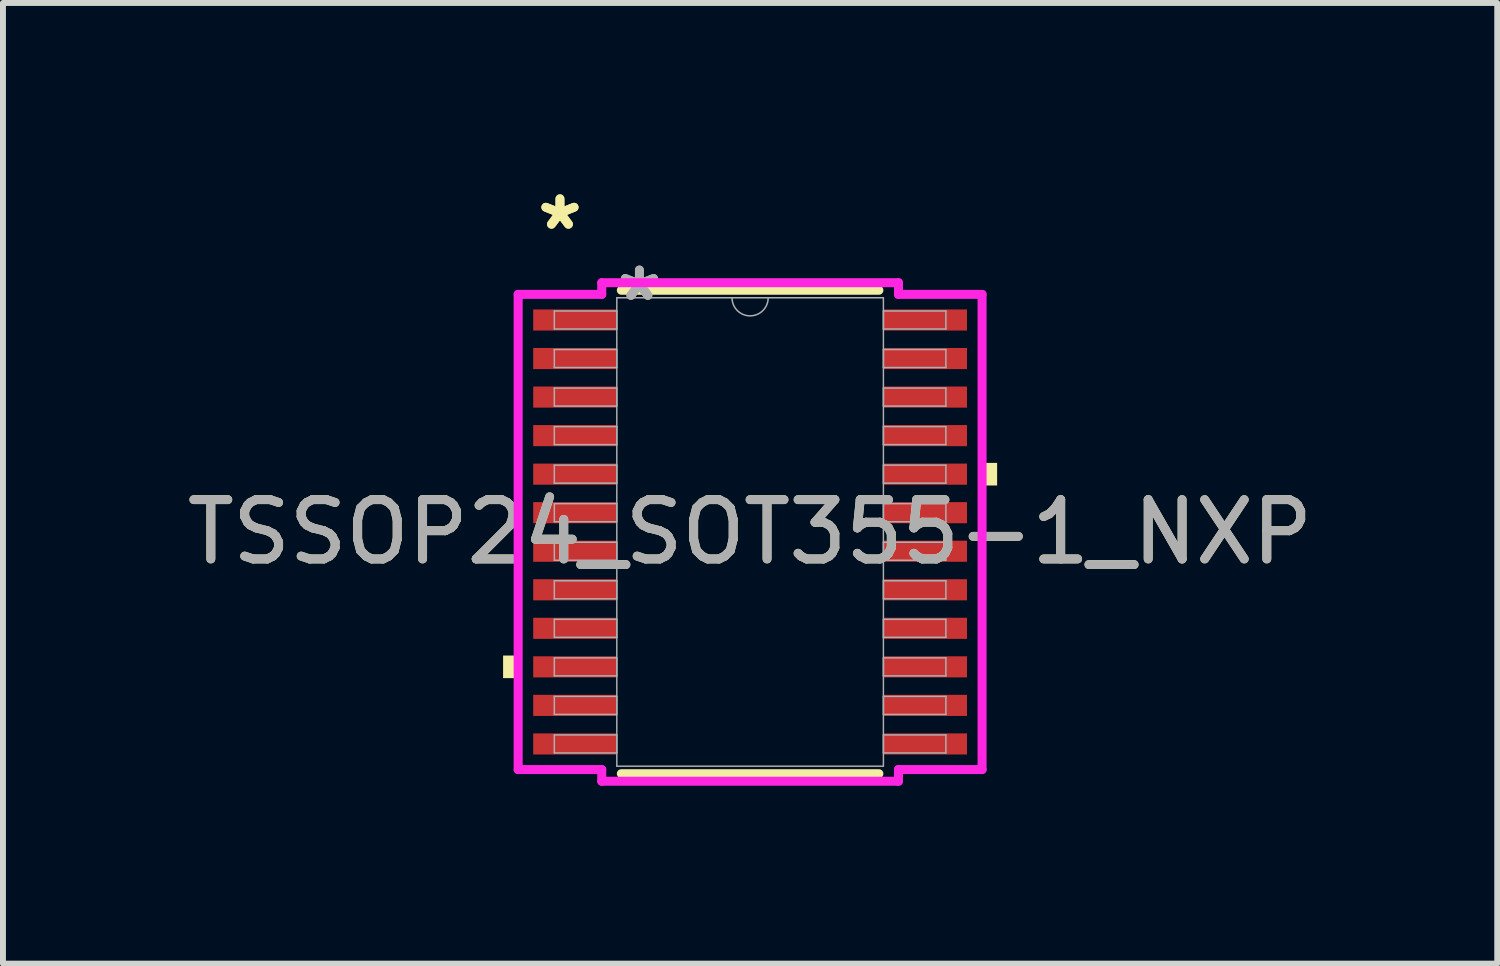
<source format=kicad_pcb>
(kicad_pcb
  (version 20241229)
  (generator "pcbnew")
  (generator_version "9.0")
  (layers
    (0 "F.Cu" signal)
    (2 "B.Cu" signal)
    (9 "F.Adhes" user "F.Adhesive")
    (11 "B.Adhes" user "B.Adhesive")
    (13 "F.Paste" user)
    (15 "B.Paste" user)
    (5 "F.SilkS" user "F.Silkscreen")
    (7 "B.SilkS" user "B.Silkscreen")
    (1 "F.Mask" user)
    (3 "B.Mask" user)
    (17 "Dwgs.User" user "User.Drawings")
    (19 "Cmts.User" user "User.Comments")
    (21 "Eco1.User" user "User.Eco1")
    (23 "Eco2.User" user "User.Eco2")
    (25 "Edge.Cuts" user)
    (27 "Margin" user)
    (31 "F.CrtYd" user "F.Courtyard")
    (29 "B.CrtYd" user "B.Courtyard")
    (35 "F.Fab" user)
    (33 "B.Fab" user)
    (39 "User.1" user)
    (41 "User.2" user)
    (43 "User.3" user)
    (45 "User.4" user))
  (footprint "TSSOP24_SOT355-1_NXP"
    (layer "F.Cu")
    (at 9.601 5.922)
    (property "Reference" "TSSOP24_SOT355-1_NXP" (at 0 0 0) (unlocked yes) (layer "F.SilkS") (effects (font (size 1 1) (thickness 0.15))))
    (attr smd)
    (fp_line (start -2.172 4.077) (end 2.172 4.077) (stroke (width 0.152) (type solid)) (layer "F.SilkS"))
    (fp_line (start 2.172 -4.077) (end -2.172 -4.077) (stroke (width 0.152) (type solid)) (layer "F.SilkS"))
    (fp_poly (pts (xy -4.166 2.084) (xy -4.166 2.465) (xy -3.912 2.465) (xy -3.912 2.084)) (stroke (width 0) (type solid)) (fill yes) (layer "F.SilkS"))
    (fp_poly (pts (xy 4.166 -1.165) (xy 4.166 -0.784) (xy 3.912 -0.784) (xy 3.912 -1.165)) (stroke (width 0) (type solid)) (fill yes) (layer "F.SilkS"))
    (fp_line (start -3.912 -4.007) (end -2.502 -4.007) (stroke (width 0.152) (type solid)) (layer "F.CrtYd"))
    (fp_line (start -3.912 4.007) (end -3.912 -4.007) (stroke (width 0.152) (type solid)) (layer "F.CrtYd"))
    (fp_line (start -3.912 4.007) (end -2.502 4.007) (stroke (width 0.152) (type solid)) (layer "F.CrtYd"))
    (fp_line (start -2.502 -4.204) (end 2.502 -4.204) (stroke (width 0.152) (type solid)) (layer "F.CrtYd"))
    (fp_line (start -2.502 -4.007) (end -2.502 -4.204) (stroke (width 0.152) (type solid)) (layer "F.CrtYd"))
    (fp_line (start -2.502 4.204) (end -2.502 4.007) (stroke (width 0.152) (type solid)) (layer "F.CrtYd"))
    (fp_line (start 2.502 -4.204) (end 2.502 -4.007) (stroke (width 0.152) (type solid)) (layer "F.CrtYd"))
    (fp_line (start 2.502 4.007) (end 2.502 4.204) (stroke (width 0.152) (type solid)) (layer "F.CrtYd"))
    (fp_line (start 2.502 4.204) (end -2.502 4.204) (stroke (width 0.152) (type solid)) (layer "F.CrtYd"))
    (fp_line (start 3.912 -4.007) (end 2.502 -4.007) (stroke (width 0.152) (type solid)) (layer "F.CrtYd"))
    (fp_line (start 3.912 -4.007) (end 3.912 4.007) (stroke (width 0.152) (type solid)) (layer "F.CrtYd"))
    (fp_line (start 3.912 4.007) (end 2.502 4.007) (stroke (width 0.152) (type solid)) (layer "F.CrtYd"))
    (fp_line (start -3.302 -3.727) (end -3.302 -3.423) (stroke (width 0.025) (type solid)) (layer "F.Fab"))
    (fp_line (start -3.302 -3.423) (end -2.248 -3.423) (stroke (width 0.025) (type solid)) (layer "F.Fab"))
    (fp_line (start -3.302 -3.077) (end -3.302 -2.773) (stroke (width 0.025) (type solid)) (layer "F.Fab"))
    (fp_line (start -3.302 -2.773) (end -2.248 -2.773) (stroke (width 0.025) (type solid)) (layer "F.Fab"))
    (fp_line (start -3.302 -2.427) (end -3.302 -2.123) (stroke (width 0.025) (type solid)) (layer "F.Fab"))
    (fp_line (start -3.302 -2.123) (end -2.248 -2.123) (stroke (width 0.025) (type solid)) (layer "F.Fab"))
    (fp_line (start -3.302 -1.777) (end -3.302 -1.473) (stroke (width 0.025) (type solid)) (layer "F.Fab"))
    (fp_line (start -3.302 -1.473) (end -2.248 -1.473) (stroke (width 0.025) (type solid)) (layer "F.Fab"))
    (fp_line (start -3.302 -1.127) (end -3.302 -0.823) (stroke (width 0.025) (type solid)) (layer "F.Fab"))
    (fp_line (start -3.302 -0.823) (end -2.248 -0.823) (stroke (width 0.025) (type solid)) (layer "F.Fab"))
    (fp_line (start -3.302 -0.477) (end -3.302 -0.173) (stroke (width 0.025) (type solid)) (layer "F.Fab"))
    (fp_line (start -3.302 -0.173) (end -2.248 -0.173) (stroke (width 0.025) (type solid)) (layer "F.Fab"))
    (fp_line (start -3.302 0.173) (end -3.302 0.477) (stroke (width 0.025) (type solid)) (layer "F.Fab"))
    (fp_line (start -3.302 0.477) (end -2.248 0.477) (stroke (width 0.025) (type solid)) (layer "F.Fab"))
    (fp_line (start -3.302 0.823) (end -3.302 1.127) (stroke (width 0.025) (type solid)) (layer "F.Fab"))
    (fp_line (start -3.302 1.127) (end -2.248 1.127) (stroke (width 0.025) (type solid)) (layer "F.Fab"))
    (fp_line (start -3.302 1.473) (end -3.302 1.777) (stroke (width 0.025) (type solid)) (layer "F.Fab"))
    (fp_line (start -3.302 1.777) (end -2.248 1.777) (stroke (width 0.025) (type solid)) (layer "F.Fab"))
    (fp_line (start -3.302 2.123) (end -3.302 2.427) (stroke (width 0.025) (type solid)) (layer "F.Fab"))
    (fp_line (start -3.302 2.427) (end -2.248 2.427) (stroke (width 0.025) (type solid)) (layer "F.Fab"))
    (fp_line (start -3.302 2.773) (end -3.302 3.077) (stroke (width 0.025) (type solid)) (layer "F.Fab"))
    (fp_line (start -3.302 3.077) (end -2.248 3.077) (stroke (width 0.025) (type solid)) (layer "F.Fab"))
    (fp_line (start -3.302 3.423) (end -3.302 3.727) (stroke (width 0.025) (type solid)) (layer "F.Fab"))
    (fp_line (start -3.302 3.727) (end -2.248 3.727) (stroke (width 0.025) (type solid)) (layer "F.Fab"))
    (fp_line (start -2.248 -3.95) (end -2.248 3.95) (stroke (width 0.025) (type solid)) (layer "F.Fab"))
    (fp_line (start -2.248 -3.727) (end -3.302 -3.727) (stroke (width 0.025) (type solid)) (layer "F.Fab"))
    (fp_line (start -2.248 -3.423) (end -2.248 -3.727) (stroke (width 0.025) (type solid)) (layer "F.Fab"))
    (fp_line (start -2.248 -3.077) (end -3.302 -3.077) (stroke (width 0.025) (type solid)) (layer "F.Fab"))
    (fp_line (start -2.248 -2.773) (end -2.248 -3.077) (stroke (width 0.025) (type solid)) (layer "F.Fab"))
    (fp_line (start -2.248 -2.427) (end -3.302 -2.427) (stroke (width 0.025) (type solid)) (layer "F.Fab"))
    (fp_line (start -2.248 -2.123) (end -2.248 -2.427) (stroke (width 0.025) (type solid)) (layer "F.Fab"))
    (fp_line (start -2.248 -1.777) (end -3.302 -1.777) (stroke (width 0.025) (type solid)) (layer "F.Fab"))
    (fp_line (start -2.248 -1.473) (end -2.248 -1.777) (stroke (width 0.025) (type solid)) (layer "F.Fab"))
    (fp_line (start -2.248 -1.127) (end -3.302 -1.127) (stroke (width 0.025) (type solid)) (layer "F.Fab"))
    (fp_line (start -2.248 -0.823) (end -2.248 -1.127) (stroke (width 0.025) (type solid)) (layer "F.Fab"))
    (fp_line (start -2.248 -0.477) (end -3.302 -0.477) (stroke (width 0.025) (type solid)) (layer "F.Fab"))
    (fp_line (start -2.248 -0.173) (end -2.248 -0.477) (stroke (width 0.025) (type solid)) (layer "F.Fab"))
    (fp_line (start -2.248 0.173) (end -3.302 0.173) (stroke (width 0.025) (type solid)) (layer "F.Fab"))
    (fp_line (start -2.248 0.477) (end -2.248 0.173) (stroke (width 0.025) (type solid)) (layer "F.Fab"))
    (fp_line (start -2.248 0.823) (end -3.302 0.823) (stroke (width 0.025) (type solid)) (layer "F.Fab"))
    (fp_line (start -2.248 1.127) (end -2.248 0.823) (stroke (width 0.025) (type solid)) (layer "F.Fab"))
    (fp_line (start -2.248 1.473) (end -3.302 1.473) (stroke (width 0.025) (type solid)) (layer "F.Fab"))
    (fp_line (start -2.248 1.777) (end -2.248 1.473) (stroke (width 0.025) (type solid)) (layer "F.Fab"))
    (fp_line (start -2.248 2.123) (end -3.302 2.123) (stroke (width 0.025) (type solid)) (layer "F.Fab"))
    (fp_line (start -2.248 2.427) (end -2.248 2.123) (stroke (width 0.025) (type solid)) (layer "F.Fab"))
    (fp_line (start -2.248 2.773) (end -3.302 2.773) (stroke (width 0.025) (type solid)) (layer "F.Fab"))
    (fp_line (start -2.248 3.077) (end -2.248 2.773) (stroke (width 0.025) (type solid)) (layer "F.Fab"))
    (fp_line (start -2.248 3.423) (end -3.302 3.423) (stroke (width 0.025) (type solid)) (layer "F.Fab"))
    (fp_line (start -2.248 3.727) (end -2.248 3.423) (stroke (width 0.025) (type solid)) (layer "F.Fab"))
    (fp_line (start -2.248 3.95) (end 2.248 3.95) (stroke (width 0.025) (type solid)) (layer "F.Fab"))
    (fp_line (start 2.248 -3.95) (end -2.248 -3.95) (stroke (width 0.025) (type solid)) (layer "F.Fab"))
    (fp_line (start 2.248 -3.727) (end 2.248 -3.423) (stroke (width 0.025) (type solid)) (layer "F.Fab"))
    (fp_line (start 2.248 -3.423) (end 3.302 -3.423) (stroke (width 0.025) (type solid)) (layer "F.Fab"))
    (fp_line (start 2.248 -3.077) (end 2.248 -2.773) (stroke (width 0.025) (type solid)) (layer "F.Fab"))
    (fp_line (start 2.248 -2.773) (end 3.302 -2.773) (stroke (width 0.025) (type solid)) (layer "F.Fab"))
    (fp_line (start 2.248 -2.427) (end 2.248 -2.123) (stroke (width 0.025) (type solid)) (layer "F.Fab"))
    (fp_line (start 2.248 -2.123) (end 3.302 -2.123) (stroke (width 0.025) (type solid)) (layer "F.Fab"))
    (fp_line (start 2.248 -1.777) (end 2.248 -1.473) (stroke (width 0.025) (type solid)) (layer "F.Fab"))
    (fp_line (start 2.248 -1.473) (end 3.302 -1.473) (stroke (width 0.025) (type solid)) (layer "F.Fab"))
    (fp_line (start 2.248 -1.127) (end 2.248 -0.823) (stroke (width 0.025) (type solid)) (layer "F.Fab"))
    (fp_line (start 2.248 -0.823) (end 3.302 -0.823) (stroke (width 0.025) (type solid)) (layer "F.Fab"))
    (fp_line (start 2.248 -0.477) (end 2.248 -0.173) (stroke (width 0.025) (type solid)) (layer "F.Fab"))
    (fp_line (start 2.248 -0.173) (end 3.302 -0.173) (stroke (width 0.025) (type solid)) (layer "F.Fab"))
    (fp_line (start 2.248 0.173) (end 2.248 0.477) (stroke (width 0.025) (type solid)) (layer "F.Fab"))
    (fp_line (start 2.248 0.477) (end 3.302 0.477) (stroke (width 0.025) (type solid)) (layer "F.Fab"))
    (fp_line (start 2.248 0.823) (end 2.248 1.127) (stroke (width 0.025) (type solid)) (layer "F.Fab"))
    (fp_line (start 2.248 1.127) (end 3.302 1.127) (stroke (width 0.025) (type solid)) (layer "F.Fab"))
    (fp_line (start 2.248 1.473) (end 2.248 1.777) (stroke (width 0.025) (type solid)) (layer "F.Fab"))
    (fp_line (start 2.248 1.777) (end 3.302 1.777) (stroke (width 0.025) (type solid)) (layer "F.Fab"))
    (fp_line (start 2.248 2.123) (end 2.248 2.427) (stroke (width 0.025) (type solid)) (layer "F.Fab"))
    (fp_line (start 2.248 2.427) (end 3.302 2.427) (stroke (width 0.025) (type solid)) (layer "F.Fab"))
    (fp_line (start 2.248 2.773) (end 2.248 3.077) (stroke (width 0.025) (type solid)) (layer "F.Fab"))
    (fp_line (start 2.248 3.077) (end 3.302 3.077) (stroke (width 0.025) (type solid)) (layer "F.Fab"))
    (fp_line (start 2.248 3.423) (end 2.248 3.727) (stroke (width 0.025) (type solid)) (layer "F.Fab"))
    (fp_line (start 2.248 3.727) (end 3.302 3.727) (stroke (width 0.025) (type solid)) (layer "F.Fab"))
    (fp_line (start 2.248 3.95) (end 2.248 -3.95) (stroke (width 0.025) (type solid)) (layer "F.Fab"))
    (fp_line (start 3.302 -3.727) (end 2.248 -3.727) (stroke (width 0.025) (type solid)) (layer "F.Fab"))
    (fp_line (start 3.302 -3.423) (end 3.302 -3.727) (stroke (width 0.025) (type solid)) (layer "F.Fab"))
    (fp_line (start 3.302 -3.077) (end 2.248 -3.077) (stroke (width 0.025) (type solid)) (layer "F.Fab"))
    (fp_line (start 3.302 -2.773) (end 3.302 -3.077) (stroke (width 0.025) (type solid)) (layer "F.Fab"))
    (fp_line (start 3.302 -2.427) (end 2.248 -2.427) (stroke (width 0.025) (type solid)) (layer "F.Fab"))
    (fp_line (start 3.302 -2.123) (end 3.302 -2.427) (stroke (width 0.025) (type solid)) (layer "F.Fab"))
    (fp_line (start 3.302 -1.777) (end 2.248 -1.777) (stroke (width 0.025) (type solid)) (layer "F.Fab"))
    (fp_line (start 3.302 -1.473) (end 3.302 -1.777) (stroke (width 0.025) (type solid)) (layer "F.Fab"))
    (fp_line (start 3.302 -1.127) (end 2.248 -1.127) (stroke (width 0.025) (type solid)) (layer "F.Fab"))
    (fp_line (start 3.302 -0.823) (end 3.302 -1.127) (stroke (width 0.025) (type solid)) (layer "F.Fab"))
    (fp_line (start 3.302 -0.477) (end 2.248 -0.477) (stroke (width 0.025) (type solid)) (layer "F.Fab"))
    (fp_line (start 3.302 -0.173) (end 3.302 -0.477) (stroke (width 0.025) (type solid)) (layer "F.Fab"))
    (fp_line (start 3.302 0.173) (end 2.248 0.173) (stroke (width 0.025) (type solid)) (layer "F.Fab"))
    (fp_line (start 3.302 0.477) (end 3.302 0.173) (stroke (width 0.025) (type solid)) (layer "F.Fab"))
    (fp_line (start 3.302 0.823) (end 2.248 0.823) (stroke (width 0.025) (type solid)) (layer "F.Fab"))
    (fp_line (start 3.302 1.127) (end 3.302 0.823) (stroke (width 0.025) (type solid)) (layer "F.Fab"))
    (fp_line (start 3.302 1.473) (end 2.248 1.473) (stroke (width 0.025) (type solid)) (layer "F.Fab"))
    (fp_line (start 3.302 1.777) (end 3.302 1.473) (stroke (width 0.025) (type solid)) (layer "F.Fab"))
    (fp_line (start 3.302 2.123) (end 2.248 2.123) (stroke (width 0.025) (type solid)) (layer "F.Fab"))
    (fp_line (start 3.302 2.427) (end 3.302 2.123) (stroke (width 0.025) (type solid)) (layer "F.Fab"))
    (fp_line (start 3.302 2.773) (end 2.248 2.773) (stroke (width 0.025) (type solid)) (layer "F.Fab"))
    (fp_line (start 3.302 3.077) (end 3.302 2.773) (stroke (width 0.025) (type solid)) (layer "F.Fab"))
    (fp_line (start 3.302 3.423) (end 2.248 3.423) (stroke (width 0.025) (type solid)) (layer "F.Fab"))
    (fp_line (start 3.302 3.727) (end 3.302 3.423) (stroke (width 0.025) (type solid)) (layer "F.Fab"))
    (fp_arc (start 0.3048 -3.9497) (mid 0 -3.6449) (end -0.3048 -3.9497) (stroke (width 0.0254) (type solid)) (layer "F.Fab"))
    (fp_text user "*" (at -3.207 -5.074 0) (layer "F.SilkS") (effects (font (size 1 1) (thickness 0.15))))
    (fp_text user "*" (at -3.207 -5.074 0) (unlocked yes) (layer "F.SilkS") (effects (font (size 1 1) (thickness 0.15))))
    (fp_text user "*" (at -1.867 -3.873 0) (unlocked yes) (layer "F.Fab") (effects (font (size 1 1) (thickness 0.15))))
    (fp_text user "${REFERENCE}" (at 0 0 0) (unlocked yes) (layer "F.Fab") (effects (font (size 1 1) (thickness 0.15))))
    (fp_text user "*" (at -1.867 -3.873 0) (layer "F.Fab") (effects (font (size 1 1) (thickness 0.15))))
    (pad "1" smd rect (at -2.953 -3.575) (size 1.41 0.356) (layers "F.Cu" "F.Mask" "F.Paste"))
    (pad "2" smd rect (at -2.953 -2.925) (size 1.41 0.356) (layers "F.Cu" "F.Mask" "F.Paste"))
    (pad "3" smd rect (at -2.953 -2.275) (size 1.41 0.356) (layers "F.Cu" "F.Mask" "F.Paste"))
    (pad "4" smd rect (at -2.953 -1.625) (size 1.41 0.356) (layers "F.Cu" "F.Mask" "F.Paste"))
    (pad "5" smd rect (at -2.953 -0.975) (size 1.41 0.356) (layers "F.Cu" "F.Mask" "F.Paste"))
    (pad "6" smd rect (at -2.953 -0.325) (size 1.41 0.356) (layers "F.Cu" "F.Mask" "F.Paste"))
    (pad "7" smd rect (at -2.953 0.325) (size 1.41 0.356) (layers "F.Cu" "F.Mask" "F.Paste"))
    (pad "8" smd rect (at -2.953 0.975) (size 1.41 0.356) (layers "F.Cu" "F.Mask" "F.Paste"))
    (pad "9" smd rect (at -2.953 1.625) (size 1.41 0.356) (layers "F.Cu" "F.Mask" "F.Paste"))
    (pad "10" smd rect (at -2.953 2.275) (size 1.41 0.356) (layers "F.Cu" "F.Mask" "F.Paste"))
    (pad "11" smd rect (at -2.953 2.925) (size 1.41 0.356) (layers "F.Cu" "F.Mask" "F.Paste"))
    (pad "12" smd rect (at -2.953 3.575) (size 1.41 0.356) (layers "F.Cu" "F.Mask" "F.Paste"))
    (pad "13" smd rect (at 2.953 3.575) (size 1.41 0.356) (layers "F.Cu" "F.Mask" "F.Paste"))
    (pad "14" smd rect (at 2.953 2.925) (size 1.41 0.356) (layers "F.Cu" "F.Mask" "F.Paste"))
    (pad "15" smd rect (at 2.953 2.275) (size 1.41 0.356) (layers "F.Cu" "F.Mask" "F.Paste"))
    (pad "16" smd rect (at 2.953 1.625) (size 1.41 0.356) (layers "F.Cu" "F.Mask" "F.Paste"))
    (pad "17" smd rect (at 2.953 0.975) (size 1.41 0.356) (layers "F.Cu" "F.Mask" "F.Paste"))
    (pad "18" smd rect (at 2.953 0.325) (size 1.41 0.356) (layers "F.Cu" "F.Mask" "F.Paste"))
    (pad "19" smd rect (at 2.953 -0.325) (size 1.41 0.356) (layers "F.Cu" "F.Mask" "F.Paste"))
    (pad "20" smd rect (at 2.953 -0.975) (size 1.41 0.356) (layers "F.Cu" "F.Mask" "F.Paste"))
    (pad "21" smd rect (at 2.953 -1.625) (size 1.41 0.356) (layers "F.Cu" "F.Mask" "F.Paste"))
    (pad "22" smd rect (at 2.953 -2.275) (size 1.41 0.356) (layers "F.Cu" "F.Mask" "F.Paste"))
    (pad "23" smd rect (at 2.953 -2.925) (size 1.41 0.356) (layers "F.Cu" "F.Mask" "F.Paste"))
    (pad "24" smd rect (at 2.953 -3.575) (size 1.41 0.356) (layers "F.Cu" "F.Mask" "F.Paste")))
  (gr_rect
    (start -3 -3)
    (end 22.202 13.202)
    (stroke (width 0.1) (type default))
    (fill no)
    (layer "Edge.Cuts")))
</source>
